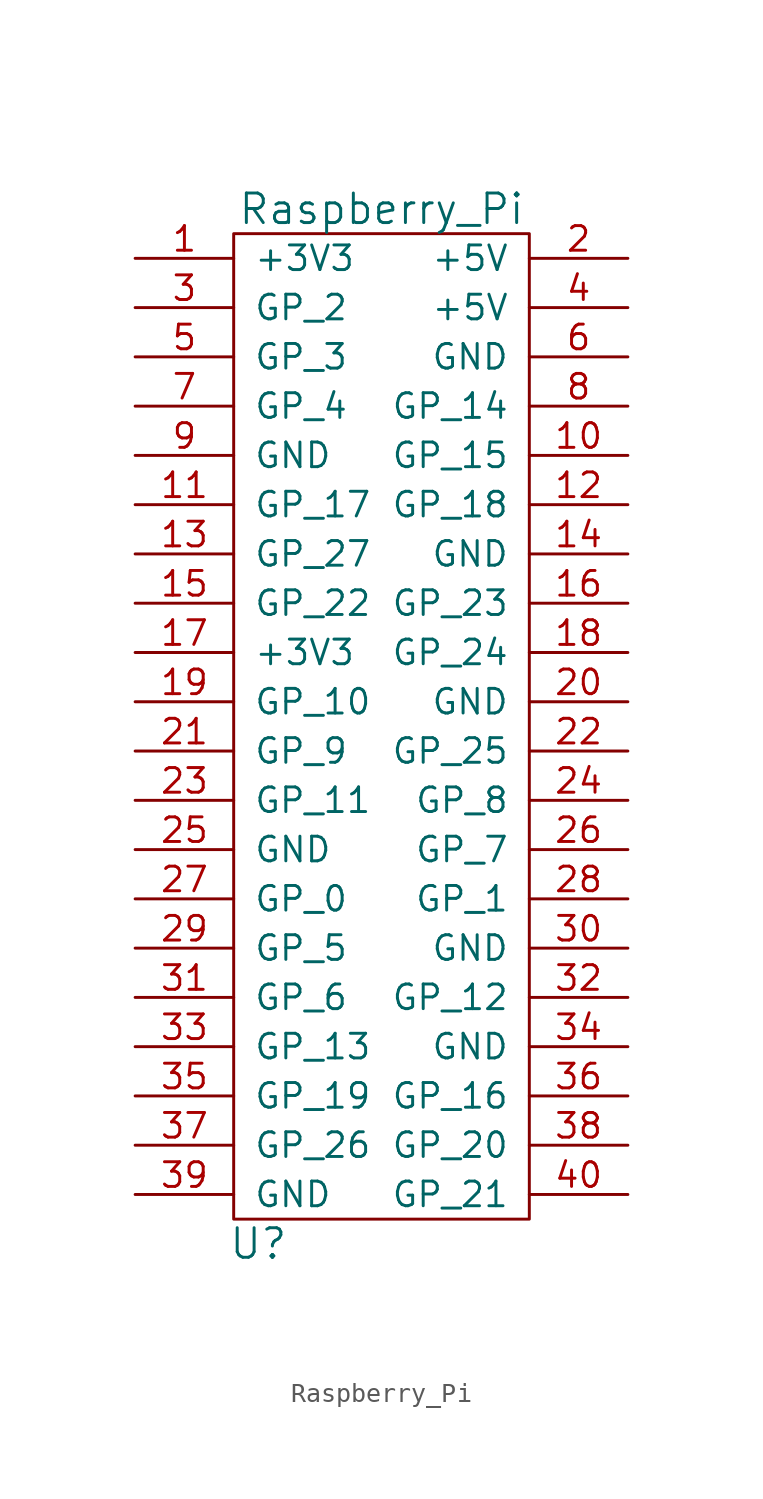
<source format=kicad_sym>
(kicad_symbol_lib
  (version 20241209)
  (generator "kicad_symbol_editor")
  (generator_version "9.0")
  (symbol "Raspberry_Pi"
    (pin_names
      (offset 1.016))
    (property "Reference" "U"
      (at 1.27 -1.27 0)
      (effects (font (size 1.524 1.524))))
    (property "Value" "Raspberry_Pi"
      (at 7.62 52.07 0)
      (effects (font (size 1.524 1.524))))
    (symbol "Raspberry_Pi_0_1"
      (rectangle (start 15.24 0) (end 0 50.8) (stroke (width 0) (type default)) (fill (type none))))
    (symbol "Raspberry_Pi_1_1"
      (pin input line (at -5.08 49.53 0) (length 5.08) (name "+3V3" (effects (font (size 1.27 1.27)))) (number "1" (effects (font (size 1.27 1.27)))))
      (pin input line (at -5.08 46.99 0) (length 5.08) (name "GP_2" (effects (font (size 1.27 1.27)))) (number "3" (effects (font (size 1.27 1.27)))))
      (pin input line (at -5.08 44.45 0) (length 5.08) (name "GP_3" (effects (font (size 1.27 1.27)))) (number "5" (effects (font (size 1.27 1.27)))))
      (pin input line (at -5.08 41.91 0) (length 5.08) (name "GP_4" (effects (font (size 1.27 1.27)))) (number "7" (effects (font (size 1.27 1.27)))))
      (pin input line (at -5.08 39.37 0) (length 5.08) (name "GND" (effects (font (size 1.27 1.27)))) (number "9" (effects (font (size 1.27 1.27)))))
      (pin input line (at -5.08 36.83 0) (length 5.08) (name "GP_17" (effects (font (size 1.27 1.27)))) (number "11" (effects (font (size 1.27 1.27)))))
      (pin input line (at -5.08 34.29 0) (length 5.08) (name "GP_27" (effects (font (size 1.27 1.27)))) (number "13" (effects (font (size 1.27 1.27)))))
      (pin input line (at -5.08 31.75 0) (length 5.08) (name "GP_22" (effects (font (size 1.27 1.27)))) (number "15" (effects (font (size 1.27 1.27)))))
      (pin input line (at -5.08 29.21 0) (length 5.08) (name "+3V3" (effects (font (size 1.27 1.27)))) (number "17" (effects (font (size 1.27 1.27)))))
      (pin input line (at -5.08 26.67 0) (length 5.08) (name "GP_10" (effects (font (size 1.27 1.27)))) (number "19" (effects (font (size 1.27 1.27)))))
      (pin input line (at -5.08 24.13 0) (length 5.08) (name "GP_9" (effects (font (size 1.27 1.27)))) (number "21" (effects (font (size 1.27 1.27)))))
      (pin input line (at -5.08 21.59 0) (length 5.08) (name "GP_11" (effects (font (size 1.27 1.27)))) (number "23" (effects (font (size 1.27 1.27)))))
      (pin input line (at -5.08 19.05 0) (length 5.08) (name "GND" (effects (font (size 1.27 1.27)))) (number "25" (effects (font (size 1.27 1.27)))))
      (pin input line (at -5.08 16.51 0) (length 5.08) (name "GP_0" (effects (font (size 1.27 1.27)))) (number "27" (effects (font (size 1.27 1.27)))))
      (pin input line (at -5.08 13.97 0) (length 5.08) (name "GP_5" (effects (font (size 1.27 1.27)))) (number "29" (effects (font (size 1.27 1.27)))))
      (pin input line (at -5.08 11.43 0) (length 5.08) (name "GP_6" (effects (font (size 1.27 1.27)))) (number "31" (effects (font (size 1.27 1.27)))))
      (pin input line (at -5.08 8.89 0) (length 5.08) (name "GP_13" (effects (font (size 1.27 1.27)))) (number "33" (effects (font (size 1.27 1.27)))))
      (pin input line (at -5.08 6.35 0) (length 5.08) (name "GP_19" (effects (font (size 1.27 1.27)))) (number "35" (effects (font (size 1.27 1.27)))))
      (pin input line (at -5.08 3.81 0) (length 5.08) (name "GP_26" (effects (font (size 1.27 1.27)))) (number "37" (effects (font (size 1.27 1.27)))))
      (pin input line (at -5.08 1.27 0) (length 5.08) (name "GND" (effects (font (size 1.27 1.27)))) (number "39" (effects (font (size 1.27 1.27)))))
      (pin input line (at 20.32 49.53 180) (length 5.08) (name "+5V" (effects (font (size 1.27 1.27)))) (number "2" (effects (font (size 1.27 1.27)))))
      (pin input line (at 20.32 46.99 180) (length 5.08) (name "+5V" (effects (font (size 1.27 1.27)))) (number "4" (effects (font (size 1.27 1.27)))))
      (pin input line (at 20.32 44.45 180) (length 5.08) (name "GND" (effects (font (size 1.27 1.27)))) (number "6" (effects (font (size 1.27 1.27)))))
      (pin input line (at 20.32 41.91 180) (length 5.08) (name "GP_14" (effects (font (size 1.27 1.27)))) (number "8" (effects (font (size 1.27 1.27)))))
      (pin input line (at 20.32 39.37 180) (length 5.08) (name "GP_15" (effects (font (size 1.27 1.27)))) (number "10" (effects (font (size 1.27 1.27)))))
      (pin input line (at 20.32 36.83 180) (length 5.08) (name "GP_18" (effects (font (size 1.27 1.27)))) (number "12" (effects (font (size 1.27 1.27)))))
      (pin input line (at 20.32 34.29 180) (length 5.08) (name "GND" (effects (font (size 1.27 1.27)))) (number "14" (effects (font (size 1.27 1.27)))))
      (pin input line (at 20.32 31.75 180) (length 5.08) (name "GP_23" (effects (font (size 1.27 1.27)))) (number "16" (effects (font (size 1.27 1.27)))))
      (pin input line (at 20.32 29.21 180) (length 5.08) (name "GP_24" (effects (font (size 1.27 1.27)))) (number "18" (effects (font (size 1.27 1.27)))))
      (pin input line (at 20.32 26.67 180) (length 5.08) (name "GND" (effects (font (size 1.27 1.27)))) (number "20" (effects (font (size 1.27 1.27)))))
      (pin input line (at 20.32 24.13 180) (length 5.08) (name "GP_25" (effects (font (size 1.27 1.27)))) (number "22" (effects (font (size 1.27 1.27)))))
      (pin input line (at 20.32 21.59 180) (length 5.08) (name "GP_8" (effects (font (size 1.27 1.27)))) (number "24" (effects (font (size 1.27 1.27)))))
      (pin input line (at 20.32 19.05 180) (length 5.08) (name "GP_7" (effects (font (size 1.27 1.27)))) (number "26" (effects (font (size 1.27 1.27)))))
      (pin input line (at 20.32 16.51 180) (length 5.08) (name "GP_1" (effects (font (size 1.27 1.27)))) (number "28" (effects (font (size 1.27 1.27)))))
      (pin input line (at 20.32 13.97 180) (length 5.08) (name "GND" (effects (font (size 1.27 1.27)))) (number "30" (effects (font (size 1.27 1.27)))))
      (pin input line (at 20.32 11.43 180) (length 5.08) (name "GP_12" (effects (font (size 1.27 1.27)))) (number "32" (effects (font (size 1.27 1.27)))))
      (pin input line (at 20.32 8.89 180) (length 5.08) (name "GND" (effects (font (size 1.27 1.27)))) (number "34" (effects (font (size 1.27 1.27)))))
      (pin input line (at 20.32 6.35 180) (length 5.08) (name "GP_16" (effects (font (size 1.27 1.27)))) (number "36" (effects (font (size 1.27 1.27)))))
      (pin input line (at 20.32 3.81 180) (length 5.08) (name "GP_20" (effects (font (size 1.27 1.27)))) (number "38" (effects (font (size 1.27 1.27)))))
      (pin input line (at 20.32 1.27 180) (length 5.08) (name "GP_21" (effects (font (size 1.27 1.27)))) (number "40" (effects (font (size 1.27 1.27))))))))
</source>
